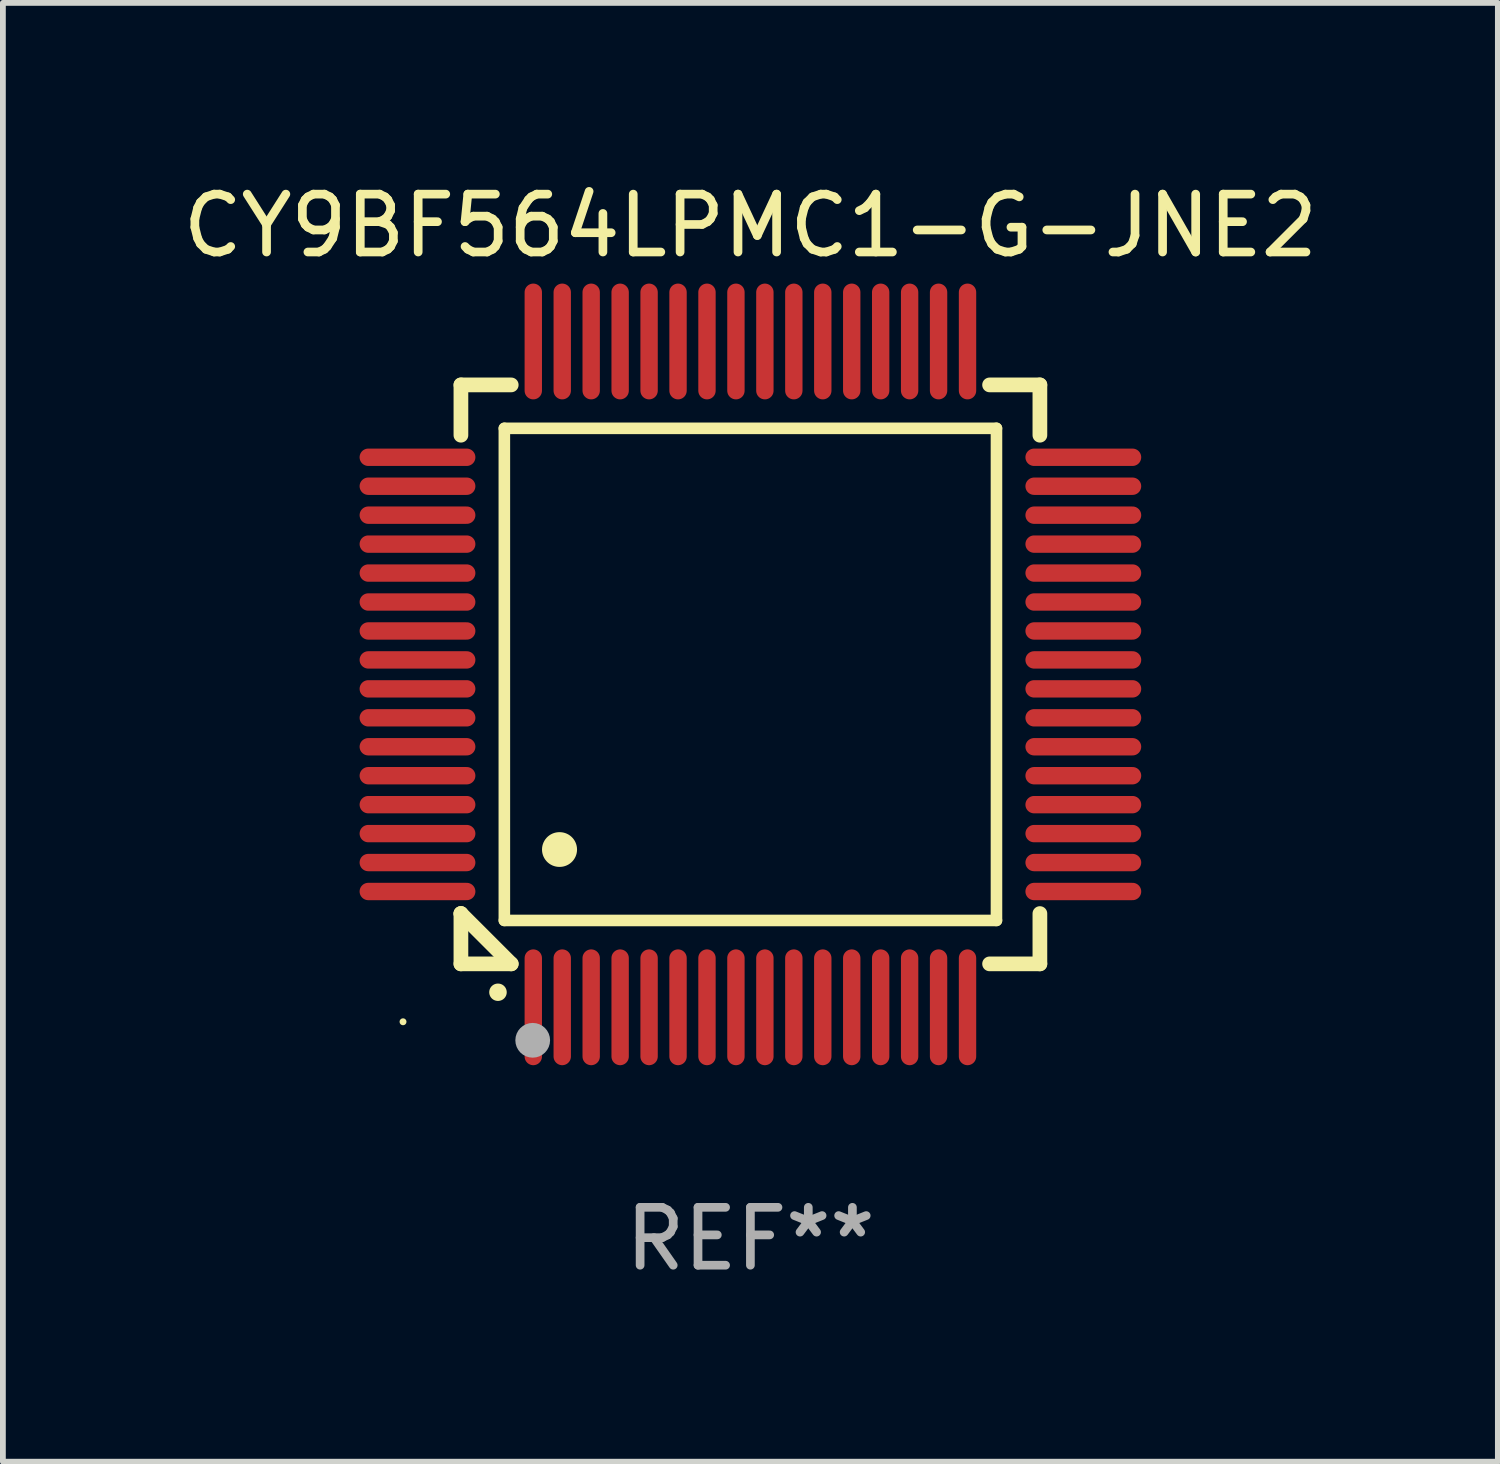
<source format=kicad_pcb>
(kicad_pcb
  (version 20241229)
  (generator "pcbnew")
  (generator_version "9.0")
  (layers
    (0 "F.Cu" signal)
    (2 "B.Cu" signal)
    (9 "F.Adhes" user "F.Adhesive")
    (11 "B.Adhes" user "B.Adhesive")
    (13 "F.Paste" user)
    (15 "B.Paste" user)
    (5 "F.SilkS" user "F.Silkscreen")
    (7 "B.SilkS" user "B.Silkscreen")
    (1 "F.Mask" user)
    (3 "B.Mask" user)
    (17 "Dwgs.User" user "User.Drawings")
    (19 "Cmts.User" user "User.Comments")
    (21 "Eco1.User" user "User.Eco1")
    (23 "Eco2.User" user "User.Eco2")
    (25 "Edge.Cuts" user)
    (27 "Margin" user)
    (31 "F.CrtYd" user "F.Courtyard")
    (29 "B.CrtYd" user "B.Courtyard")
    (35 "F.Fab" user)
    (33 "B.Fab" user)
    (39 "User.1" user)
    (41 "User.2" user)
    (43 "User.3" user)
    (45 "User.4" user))
  (footprint "CY9BF564LPMC1-G-JNE2"
    (layer "F.Cu")
    (at 9.911 8.598)
    (property "Reference" "CY9BF564LPMC1-G-JNE2" (at 0 -7.75 0) (layer "F.SilkS") (effects (font (size 1 1) (thickness 0.15))))
    (attr through_hole)
    (fp_line (start -5 -5) (end -4.131 -5) (stroke (width 0.254) (type solid)) (layer "F.SilkS"))
    (fp_line (start -5 -4.131) (end -5 -5) (stroke (width 0.254) (type solid)) (layer "F.SilkS"))
    (fp_line (start -5 4.131) (end -5 4.131) (stroke (width 0.254) (type solid)) (layer "F.SilkS"))
    (fp_line (start -5 5) (end -5 4.131) (stroke (width 0.254) (type solid)) (layer "F.SilkS"))
    (fp_line (start -5 4.131) (end -4.131 5) (stroke (width 0.254) (type solid)) (layer "F.SilkS"))
    (fp_line (start -4.25 -4.25) (end -4.25 4.25) (stroke (width 0.2) (type solid)) (layer "F.SilkS"))
    (fp_line (start -4.25 4.25) (end 4.25 4.25) (stroke (width 0.2) (type solid)) (layer "F.SilkS"))
    (fp_line (start -4.131 5) (end -5 5) (stroke (width 0.254) (type solid)) (layer "F.SilkS"))
    (fp_line (start 4.25 -4.25) (end -4.25 -4.25) (stroke (width 0.2) (type solid)) (layer "F.SilkS"))
    (fp_line (start 4.25 4.25) (end 4.25 -4.25) (stroke (width 0.2) (type solid)) (layer "F.SilkS"))
    (fp_line (start 5 -5) (end 4.131 -5) (stroke (width 0.254) (type solid)) (layer "F.SilkS"))
    (fp_line (start 5 -5) (end 5 -4.131) (stroke (width 0.254) (type solid)) (layer "F.SilkS"))
    (fp_line (start 5 4.131) (end 5 5) (stroke (width 0.254) (type solid)) (layer "F.SilkS"))
    (fp_line (start 5 5) (end 4.131 5) (stroke (width 0.254) (type solid)) (layer "F.SilkS"))
    (fp_arc (start -4.361265 5.489992) (mid -4.359995 5.489987) (end -4.358725 5.489992) (stroke (width 0.3) (type solid)) (layer "F.SilkS"))
    (fp_arc (start -3.299467 3.025146) (mid -3.296927 3.025135) (end -3.294387 3.025146) (stroke (width 0.6) (type solid)) (layer "F.SilkS"))
    (fp_circle (center -6 6) (end -5.97 6) (stroke (width 0.06) (type solid)) (fill no) (layer "F.SilkS"))
    (fp_circle (center -3.76 6.32) (end -3.61 6.32) (stroke (width 0.3) (type solid)) (fill no) (layer "F.Fab"))
    (fp_text user "REF**" (at 0 9.75 0) (layer "F.Fab") (effects (font (size 1 1) (thickness 0.15))))
    (pad "1" smd oval (at -3.75 5.75) (size 0.3 2) (layers "F.Cu" "F.Mask" "F.Paste"))
    (pad "2" smd oval (at -3.25 5.75) (size 0.3 2) (layers "F.Cu" "F.Mask" "F.Paste"))
    (pad "3" smd oval (at -2.75 5.75) (size 0.3 2) (layers "F.Cu" "F.Mask" "F.Paste"))
    (pad "4" smd oval (at -2.25 5.75) (size 0.3 2) (layers "F.Cu" "F.Mask" "F.Paste"))
    (pad "5" smd oval (at -1.75 5.75) (size 0.3 2) (layers "F.Cu" "F.Mask" "F.Paste"))
    (pad "6" smd oval (at -1.25 5.75) (size 0.3 2) (layers "F.Cu" "F.Mask" "F.Paste"))
    (pad "7" smd oval (at -0.75 5.75) (size 0.3 2) (layers "F.Cu" "F.Mask" "F.Paste"))
    (pad "8" smd oval (at -0.25 5.75) (size 0.3 2) (layers "F.Cu" "F.Mask" "F.Paste"))
    (pad "9" smd oval (at 0.25 5.75) (size 0.3 2) (layers "F.Cu" "F.Mask" "F.Paste"))
    (pad "10" smd oval (at 0.75 5.75) (size 0.3 2) (layers "F.Cu" "F.Mask" "F.Paste"))
    (pad "11" smd oval (at 1.25 5.75) (size 0.3 2) (layers "F.Cu" "F.Mask" "F.Paste"))
    (pad "12" smd oval (at 1.75 5.75) (size 0.3 2) (layers "F.Cu" "F.Mask" "F.Paste"))
    (pad "13" smd oval (at 2.25 5.75) (size 0.3 2) (layers "F.Cu" "F.Mask" "F.Paste"))
    (pad "14" smd oval (at 2.75 5.75) (size 0.3 2) (layers "F.Cu" "F.Mask" "F.Paste"))
    (pad "15" smd oval (at 3.25 5.75) (size 0.3 2) (layers "F.Cu" "F.Mask" "F.Paste"))
    (pad "16" smd oval (at 3.75 5.75) (size 0.3 2) (layers "F.Cu" "F.Mask" "F.Paste"))
    (pad "17" smd oval (at 5.75 3.75) (size 2 0.3) (layers "F.Cu" "F.Mask" "F.Paste"))
    (pad "18" smd oval (at 5.75 3.25) (size 2 0.3) (layers "F.Cu" "F.Mask" "F.Paste"))
    (pad "19" smd oval (at 5.75 2.75) (size 2 0.3) (layers "F.Cu" "F.Mask" "F.Paste"))
    (pad "20" smd oval (at 5.75 2.25) (size 2 0.3) (layers "F.Cu" "F.Mask" "F.Paste"))
    (pad "21" smd oval (at 5.75 1.75) (size 2 0.3) (layers "F.Cu" "F.Mask" "F.Paste"))
    (pad "22" smd oval (at 5.75 1.25) (size 2 0.3) (layers "F.Cu" "F.Mask" "F.Paste"))
    (pad "23" smd oval (at 5.75 0.75) (size 2 0.3) (layers "F.Cu" "F.Mask" "F.Paste"))
    (pad "24" smd oval (at 5.75 0.25) (size 2 0.3) (layers "F.Cu" "F.Mask" "F.Paste"))
    (pad "25" smd oval (at 5.75 -0.25) (size 2 0.3) (layers "F.Cu" "F.Mask" "F.Paste"))
    (pad "26" smd oval (at 5.75 -0.75) (size 2 0.3) (layers "F.Cu" "F.Mask" "F.Paste"))
    (pad "27" smd oval (at 5.75 -1.25) (size 2 0.3) (layers "F.Cu" "F.Mask" "F.Paste"))
    (pad "28" smd oval (at 5.75 -1.75) (size 2 0.3) (layers "F.Cu" "F.Mask" "F.Paste"))
    (pad "29" smd oval (at 5.75 -2.25) (size 2 0.3) (layers "F.Cu" "F.Mask" "F.Paste"))
    (pad "30" smd oval (at 5.75 -2.75) (size 2 0.3) (layers "F.Cu" "F.Mask" "F.Paste"))
    (pad "31" smd oval (at 5.75 -3.25) (size 2 0.3) (layers "F.Cu" "F.Mask" "F.Paste"))
    (pad "32" smd oval (at 5.75 -3.75) (size 2 0.3) (layers "F.Cu" "F.Mask" "F.Paste"))
    (pad "33" smd oval (at 3.75 -5.75) (size 0.3 2) (layers "F.Cu" "F.Mask" "F.Paste"))
    (pad "34" smd oval (at 3.25 -5.75) (size 0.3 2) (layers "F.Cu" "F.Mask" "F.Paste"))
    (pad "35" smd oval (at 2.75 -5.75) (size 0.3 2) (layers "F.Cu" "F.Mask" "F.Paste"))
    (pad "36" smd oval (at 2.25 -5.75) (size 0.3 2) (layers "F.Cu" "F.Mask" "F.Paste"))
    (pad "37" smd oval (at 1.75 -5.75) (size 0.3 2) (layers "F.Cu" "F.Mask" "F.Paste"))
    (pad "38" smd oval (at 1.25 -5.75) (size 0.3 2) (layers "F.Cu" "F.Mask" "F.Paste"))
    (pad "39" smd oval (at 0.75 -5.75) (size 0.3 2) (layers "F.Cu" "F.Mask" "F.Paste"))
    (pad "40" smd oval (at 0.25 -5.75) (size 0.3 2) (layers "F.Cu" "F.Mask" "F.Paste"))
    (pad "41" smd oval (at -0.25 -5.75) (size 0.3 2) (layers "F.Cu" "F.Mask" "F.Paste"))
    (pad "42" smd oval (at -0.75 -5.75) (size 0.3 2) (layers "F.Cu" "F.Mask" "F.Paste"))
    (pad "43" smd oval (at -1.25 -5.75) (size 0.3 2) (layers "F.Cu" "F.Mask" "F.Paste"))
    (pad "44" smd oval (at -1.75 -5.75) (size 0.3 2) (layers "F.Cu" "F.Mask" "F.Paste"))
    (pad "45" smd oval (at -2.25 -5.75) (size 0.3 2) (layers "F.Cu" "F.Mask" "F.Paste"))
    (pad "46" smd oval (at -2.75 -5.75) (size 0.3 2) (layers "F.Cu" "F.Mask" "F.Paste"))
    (pad "47" smd oval (at -3.25 -5.75) (size 0.3 2) (layers "F.Cu" "F.Mask" "F.Paste"))
    (pad "48" smd oval (at -3.75 -5.75) (size 0.3 2) (layers "F.Cu" "F.Mask" "F.Paste"))
    (pad "49" smd oval (at -5.75 -3.75) (size 2 0.3) (layers "F.Cu" "F.Mask" "F.Paste"))
    (pad "50" smd oval (at -5.75 -3.25) (size 2 0.3) (layers "F.Cu" "F.Mask" "F.Paste"))
    (pad "51" smd oval (at -5.75 -2.75) (size 2 0.3) (layers "F.Cu" "F.Mask" "F.Paste"))
    (pad "52" smd oval (at -5.75 -2.25) (size 2 0.3) (layers "F.Cu" "F.Mask" "F.Paste"))
    (pad "53" smd oval (at -5.75 -1.75) (size 2 0.3) (layers "F.Cu" "F.Mask" "F.Paste"))
    (pad "54" smd oval (at -5.75 -1.25) (size 2 0.3) (layers "F.Cu" "F.Mask" "F.Paste"))
    (pad "55" smd oval (at -5.75 -0.75) (size 2 0.3) (layers "F.Cu" "F.Mask" "F.Paste"))
    (pad "56" smd oval (at -5.75 -0.25) (size 2 0.3) (layers "F.Cu" "F.Mask" "F.Paste"))
    (pad "57" smd oval (at -5.75 0.25) (size 2 0.3) (layers "F.Cu" "F.Mask" "F.Paste"))
    (pad "58" smd oval (at -5.75 0.75) (size 2 0.3) (layers "F.Cu" "F.Mask" "F.Paste"))
    (pad "59" smd oval (at -5.75 1.25) (size 2 0.3) (layers "F.Cu" "F.Mask" "F.Paste"))
    (pad "60" smd oval (at -5.75 1.75) (size 2 0.3) (layers "F.Cu" "F.Mask" "F.Paste"))
    (pad "61" smd oval (at -5.75 2.25) (size 2 0.3) (layers "F.Cu" "F.Mask" "F.Paste"))
    (pad "62" smd oval (at -5.75 2.75) (size 2 0.3) (layers "F.Cu" "F.Mask" "F.Paste"))
    (pad "63" smd oval (at -5.75 3.25) (size 2 0.3) (layers "F.Cu" "F.Mask" "F.Paste"))
    (pad "64" smd oval (at -5.75 3.75) (size 2 0.3) (layers "F.Cu" "F.Mask" "F.Paste")))
  (gr_rect
    (start -3 -3)
    (end 22.821 22.196)
    (stroke (width 0.1) (type default))
    (fill no)
    (layer "Edge.Cuts")))
</source>
